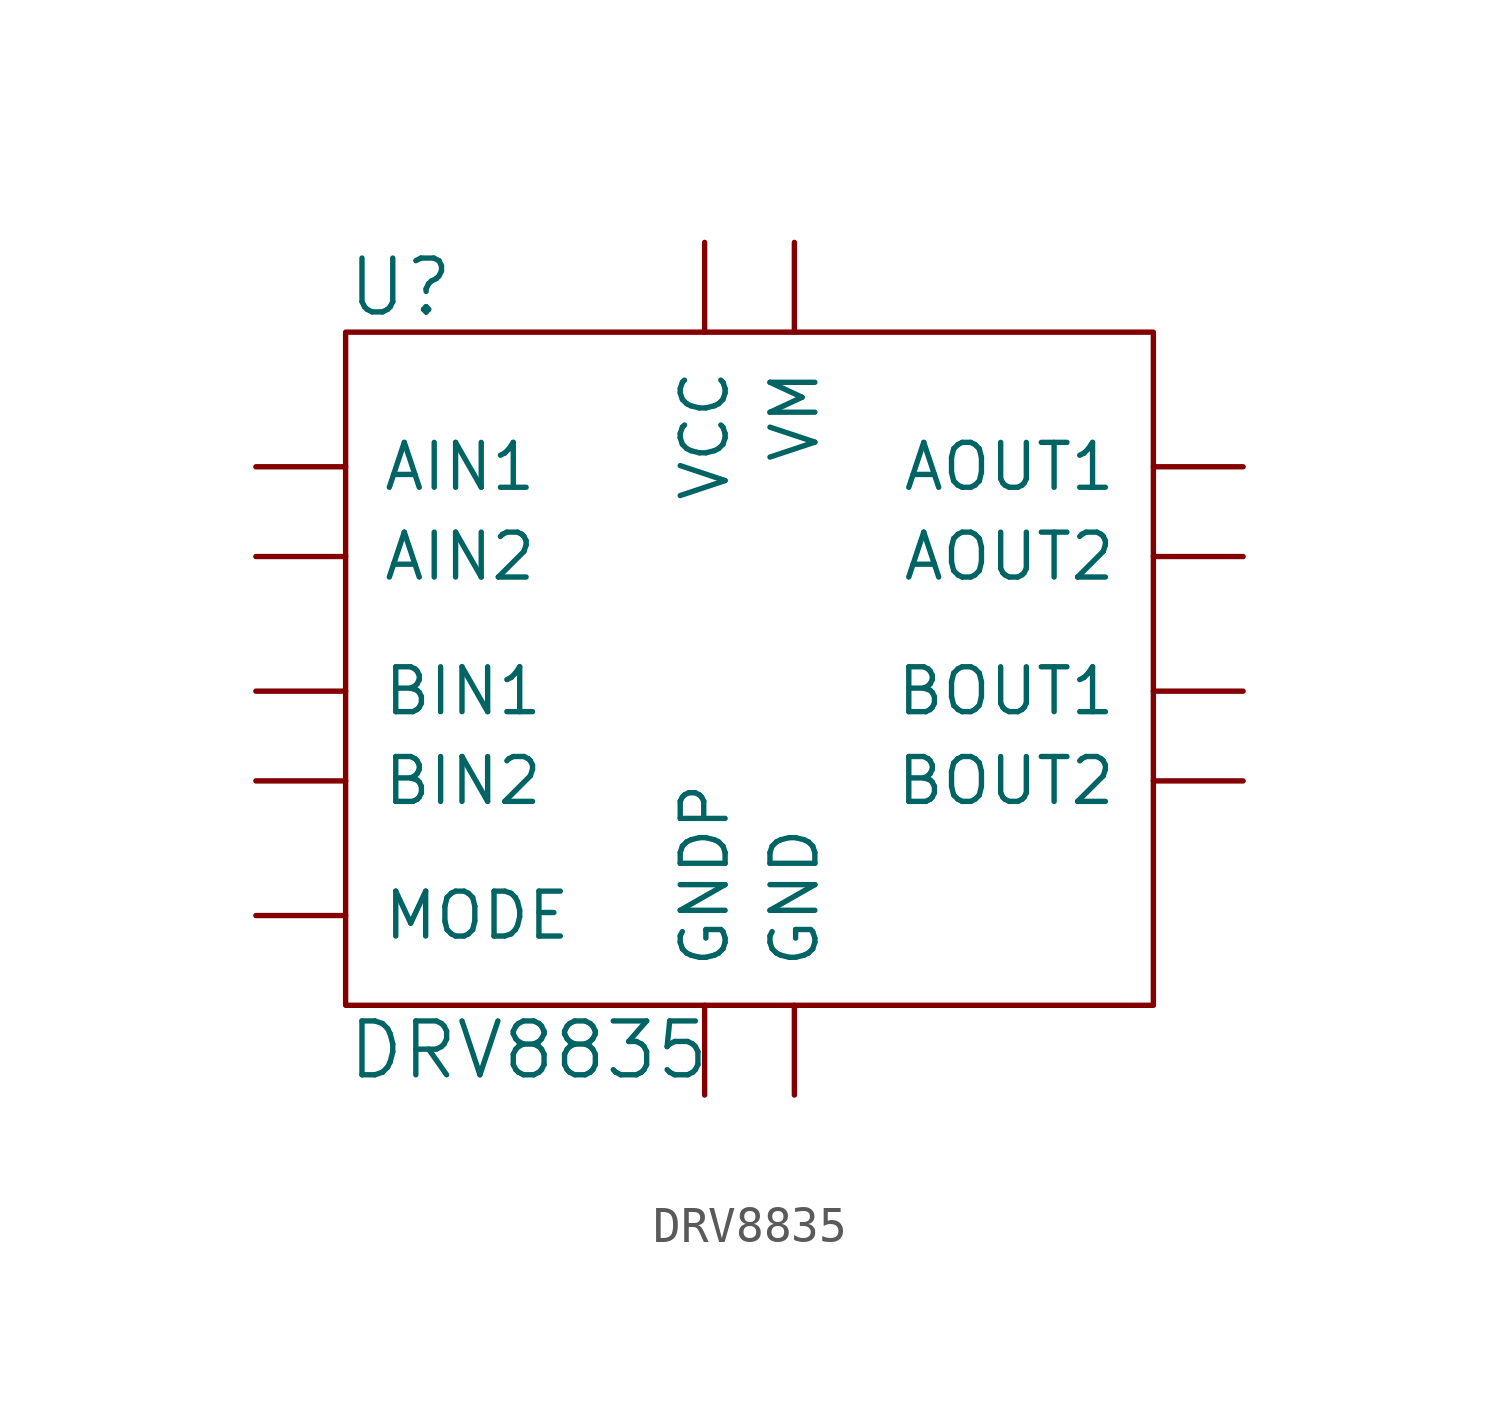
<source format=kicad_sym>
(kicad_symbol_lib
  (version 20211014)
  (generator kicad_symbol_editor)
  (symbol "DRV8835"
    (pin_numbers hide)
    (pin_names
      (offset 1.016))
    (property "Reference" "U"
      (at -11.43 10.16 0)
      (effects (font (size 1.524 1.524)) (justify left)))
    (property "Value" "DRV8835"
      (at -11.43 -11.43 0)
      (effects (font (size 1.524 1.524)) (justify left)))
    (symbol "DRV8835_0_1"
      (rectangle (start -11.43 8.89) (end 11.43 -10.16) (stroke (width 0) (type default) (color 0 0 0 0)) (fill (type none))))
    (symbol "DRV8835_1_1"
      (pin power_in line (at 1.27 11.43 270) (length 2.54) (name "VM" (effects (font (size 1.27 1.27)))) (number "1" (effects (font (size 1.27 1.27)))))
      (pin input line (at -13.97 5.08 0) (length 2.54) (name "AIN1" (effects (font (size 1.27 1.27)))) (number "10" (effects (font (size 1.27 1.27)))))
      (pin input line (at -13.97 -7.62 0) (length 2.54) (name "MODE" (effects (font (size 1.27 1.27)))) (number "11" (effects (font (size 1.27 1.27)))))
      (pin power_in line (at -1.27 11.43 270) (length 2.54) (name "VCC" (effects (font (size 1.27 1.27)))) (number "12" (effects (font (size 1.27 1.27)))))
      (pin passive line (at 13.97 5.08 180) (length 2.54) (name "AOUT1" (effects (font (size 1.27 1.27)))) (number "2" (effects (font (size 1.27 1.27)))))
      (pin passive line (at 13.97 2.54 180) (length 2.54) (name "AOUT2" (effects (font (size 1.27 1.27)))) (number "3" (effects (font (size 1.27 1.27)))))
      (pin passive line (at 13.97 -1.27 180) (length 2.54) (name "BOUT1" (effects (font (size 1.27 1.27)))) (number "4" (effects (font (size 1.27 1.27)))))
      (pin passive line (at 13.97 -3.81 180) (length 2.54) (name "BOUT2" (effects (font (size 1.27 1.27)))) (number "5" (effects (font (size 1.27 1.27)))))
      (pin power_in line (at 1.27 -12.7 90) (length 2.54) (name "GND" (effects (font (size 1.27 1.27)))) (number "6" (effects (font (size 1.27 1.27)))))
      (pin input line (at -13.97 -3.81 0) (length 2.54) (name "BIN2" (effects (font (size 1.27 1.27)))) (number "7" (effects (font (size 1.27 1.27)))))
      (pin input line (at -13.97 -1.27 0) (length 2.54) (name "BIN1" (effects (font (size 1.27 1.27)))) (number "8" (effects (font (size 1.27 1.27)))))
      (pin input line (at -13.97 2.54 0) (length 2.54) (name "AIN2" (effects (font (size 1.27 1.27)))) (number "9" (effects (font (size 1.27 1.27)))))
      (pin power_in line (at -1.27 -12.7 90) (length 2.54) (name "GNDP" (effects (font (size 1.27 1.27)))) (number "PAD" (effects (font (size 1.27 1.27))))))))
</source>
